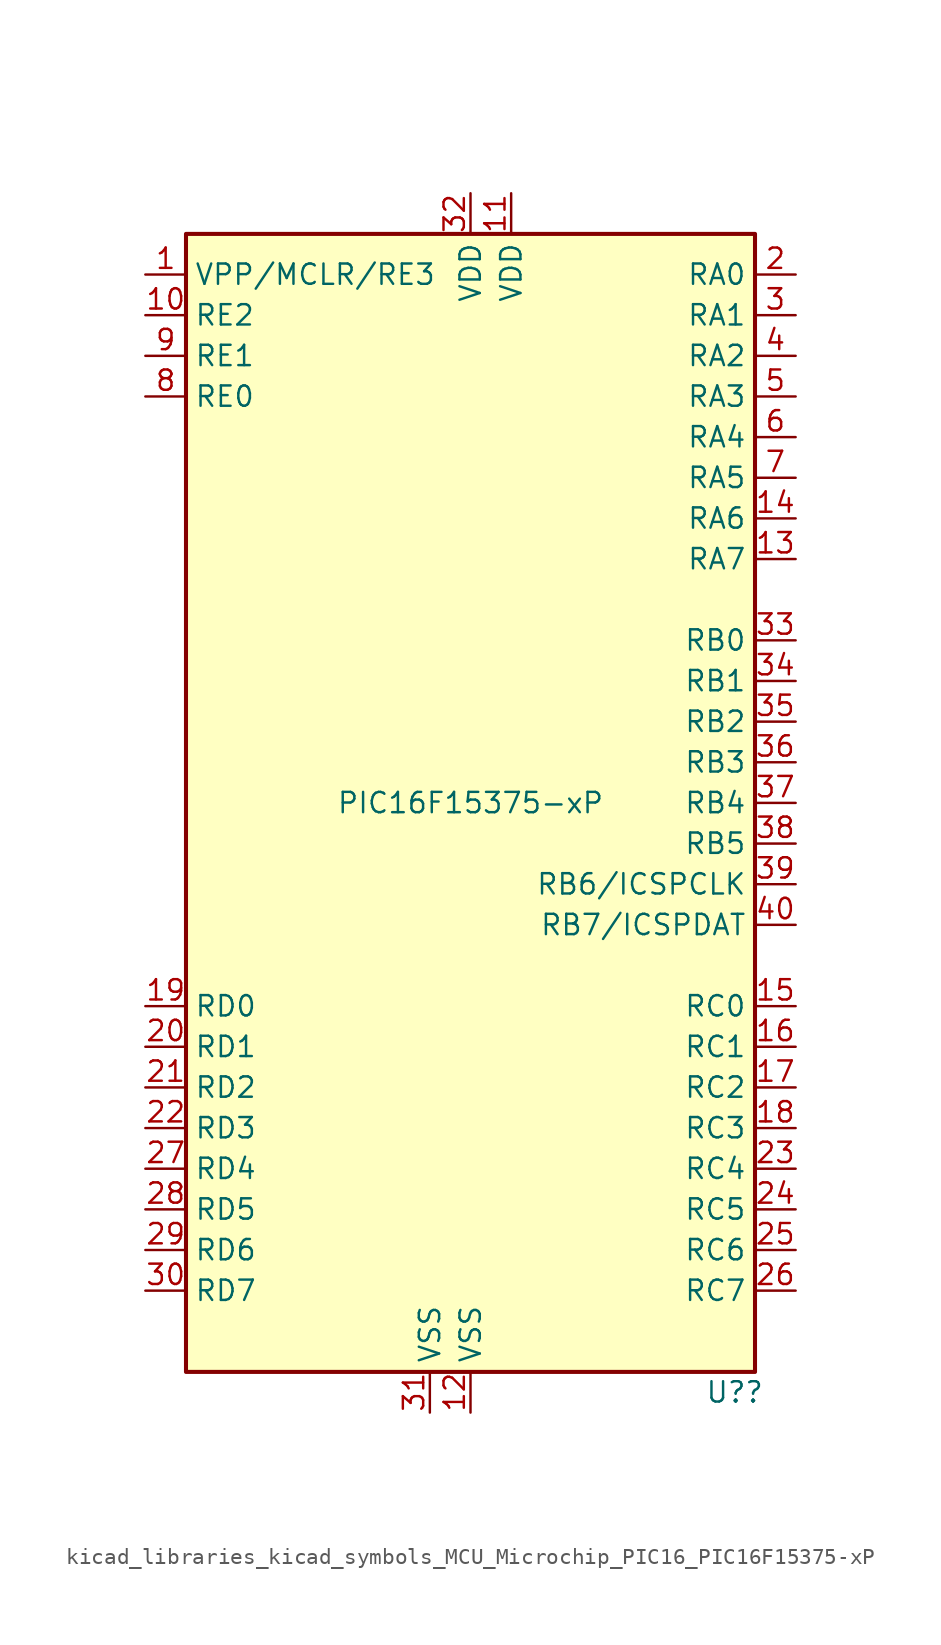
<source format=kicad_sym>
(kicad_symbol_lib
  (version 20220914)
  (generator kicad_symbol_editor)
  (symbol "kicad_libraries_kicad_symbols_MCU_Microchip_PIC16_PIC16F15375-xP"
    (property "Reference" "U?"
      (at 16.51 -36.83 0)
      (effects (font (size 1.27 1.27))))
    (property "Value" "PIC16F15375-xP"
      (at 0 0 0)
      (effects (font (size 1.27 1.27))))
    (symbol "kicad_libraries_kicad_symbols_MCU_Microchip_PIC16_PIC16F15375-xP_0_1"
      (rectangle (start -17.78 35.56) (end 17.78 -35.56) (stroke (width 0.254) (type default)) (fill (type background))))
    (symbol "kicad_libraries_kicad_symbols_MCU_Microchip_PIC16_PIC16F15375-xP_1_1"
      (pin bidirectional line (at -20.32 33.02 0) (length 2.54) (name "VPP/MCLR/RE3" (effects (font (size 1.27 1.27)))) (number "1" (effects (font (size 1.27 1.27)))))
      (pin bidirectional line (at -20.32 30.48 0) (length 2.54) (name "RE2" (effects (font (size 1.27 1.27)))) (number "10" (effects (font (size 1.27 1.27)))))
      (pin power_in line (at 2.54 38.1 270) (length 2.54) (name "VDD" (effects (font (size 1.27 1.27)))) (number "11" (effects (font (size 1.27 1.27)))))
      (pin power_in line (at 0 -38.1 90) (length 2.54) (name "VSS" (effects (font (size 1.27 1.27)))) (number "12" (effects (font (size 1.27 1.27)))))
      (pin bidirectional line (at 20.32 15.24 180) (length 2.54) (name "RA7" (effects (font (size 1.27 1.27)))) (number "13" (effects (font (size 1.27 1.27)))))
      (pin bidirectional line (at 20.32 17.78 180) (length 2.54) (name "RA6" (effects (font (size 1.27 1.27)))) (number "14" (effects (font (size 1.27 1.27)))))
      (pin bidirectional line (at 20.32 -12.7 180) (length 2.54) (name "RC0" (effects (font (size 1.27 1.27)))) (number "15" (effects (font (size 1.27 1.27)))))
      (pin bidirectional line (at 20.32 -15.24 180) (length 2.54) (name "RC1" (effects (font (size 1.27 1.27)))) (number "16" (effects (font (size 1.27 1.27)))))
      (pin bidirectional line (at 20.32 -17.78 180) (length 2.54) (name "RC2" (effects (font (size 1.27 1.27)))) (number "17" (effects (font (size 1.27 1.27)))))
      (pin bidirectional line (at 20.32 -20.32 180) (length 2.54) (name "RC3" (effects (font (size 1.27 1.27)))) (number "18" (effects (font (size 1.27 1.27)))))
      (pin bidirectional line (at -20.32 -12.7 0) (length 2.54) (name "RD0" (effects (font (size 1.27 1.27)))) (number "19" (effects (font (size 1.27 1.27)))))
      (pin bidirectional line (at 20.32 33.02 180) (length 2.54) (name "RA0" (effects (font (size 1.27 1.27)))) (number "2" (effects (font (size 1.27 1.27)))))
      (pin bidirectional line (at -20.32 -15.24 0) (length 2.54) (name "RD1" (effects (font (size 1.27 1.27)))) (number "20" (effects (font (size 1.27 1.27)))))
      (pin bidirectional line (at -20.32 -17.78 0) (length 2.54) (name "RD2" (effects (font (size 1.27 1.27)))) (number "21" (effects (font (size 1.27 1.27)))))
      (pin bidirectional line (at -20.32 -20.32 0) (length 2.54) (name "RD3" (effects (font (size 1.27 1.27)))) (number "22" (effects (font (size 1.27 1.27)))))
      (pin bidirectional line (at 20.32 -22.86 180) (length 2.54) (name "RC4" (effects (font (size 1.27 1.27)))) (number "23" (effects (font (size 1.27 1.27)))))
      (pin bidirectional line (at 20.32 -25.4 180) (length 2.54) (name "RC5" (effects (font (size 1.27 1.27)))) (number "24" (effects (font (size 1.27 1.27)))))
      (pin bidirectional line (at 20.32 -27.94 180) (length 2.54) (name "RC6" (effects (font (size 1.27 1.27)))) (number "25" (effects (font (size 1.27 1.27)))))
      (pin bidirectional line (at 20.32 -30.48 180) (length 2.54) (name "RC7" (effects (font (size 1.27 1.27)))) (number "26" (effects (font (size 1.27 1.27)))))
      (pin bidirectional line (at -20.32 -22.86 0) (length 2.54) (name "RD4" (effects (font (size 1.27 1.27)))) (number "27" (effects (font (size 1.27 1.27)))))
      (pin bidirectional line (at -20.32 -25.4 0) (length 2.54) (name "RD5" (effects (font (size 1.27 1.27)))) (number "28" (effects (font (size 1.27 1.27)))))
      (pin bidirectional line (at -20.32 -27.94 0) (length 2.54) (name "RD6" (effects (font (size 1.27 1.27)))) (number "29" (effects (font (size 1.27 1.27)))))
      (pin bidirectional line (at 20.32 30.48 180) (length 2.54) (name "RA1" (effects (font (size 1.27 1.27)))) (number "3" (effects (font (size 1.27 1.27)))))
      (pin bidirectional line (at -20.32 -30.48 0) (length 2.54) (name "RD7" (effects (font (size 1.27 1.27)))) (number "30" (effects (font (size 1.27 1.27)))))
      (pin power_in line (at -2.54 -38.1 90) (length 2.54) (name "VSS" (effects (font (size 1.27 1.27)))) (number "31" (effects (font (size 1.27 1.27)))))
      (pin power_in line (at 0 38.1 270) (length 2.54) (name "VDD" (effects (font (size 1.27 1.27)))) (number "32" (effects (font (size 1.27 1.27)))))
      (pin bidirectional line (at 20.32 10.16 180) (length 2.54) (name "RB0" (effects (font (size 1.27 1.27)))) (number "33" (effects (font (size 1.27 1.27)))))
      (pin bidirectional line (at 20.32 7.62 180) (length 2.54) (name "RB1" (effects (font (size 1.27 1.27)))) (number "34" (effects (font (size 1.27 1.27)))))
      (pin bidirectional line (at 20.32 5.08 180) (length 2.54) (name "RB2" (effects (font (size 1.27 1.27)))) (number "35" (effects (font (size 1.27 1.27)))))
      (pin bidirectional line (at 20.32 2.54 180) (length 2.54) (name "RB3" (effects (font (size 1.27 1.27)))) (number "36" (effects (font (size 1.27 1.27)))))
      (pin bidirectional line (at 20.32 0 180) (length 2.54) (name "RB4" (effects (font (size 1.27 1.27)))) (number "37" (effects (font (size 1.27 1.27)))))
      (pin bidirectional line (at 20.32 -2.54 180) (length 2.54) (name "RB5" (effects (font (size 1.27 1.27)))) (number "38" (effects (font (size 1.27 1.27)))))
      (pin bidirectional line (at 20.32 -5.08 180) (length 2.54) (name "RB6/ICSPCLK" (effects (font (size 1.27 1.27)))) (number "39" (effects (font (size 1.27 1.27)))))
      (pin bidirectional line (at 20.32 27.94 180) (length 2.54) (name "RA2" (effects (font (size 1.27 1.27)))) (number "4" (effects (font (size 1.27 1.27)))))
      (pin bidirectional line (at 20.32 -7.62 180) (length 2.54) (name "RB7/ICSPDAT" (effects (font (size 1.27 1.27)))) (number "40" (effects (font (size 1.27 1.27)))))
      (pin bidirectional line (at 20.32 25.4 180) (length 2.54) (name "RA3" (effects (font (size 1.27 1.27)))) (number "5" (effects (font (size 1.27 1.27)))))
      (pin bidirectional line (at 20.32 22.86 180) (length 2.54) (name "RA4" (effects (font (size 1.27 1.27)))) (number "6" (effects (font (size 1.27 1.27)))))
      (pin bidirectional line (at 20.32 20.32 180) (length 2.54) (name "RA5" (effects (font (size 1.27 1.27)))) (number "7" (effects (font (size 1.27 1.27)))))
      (pin bidirectional line (at -20.32 25.4 0) (length 2.54) (name "RE0" (effects (font (size 1.27 1.27)))) (number "8" (effects (font (size 1.27 1.27)))))
      (pin bidirectional line (at -20.32 27.94 0) (length 2.54) (name "RE1" (effects (font (size 1.27 1.27)))) (number "9" (effects (font (size 1.27 1.27))))))))
</source>
